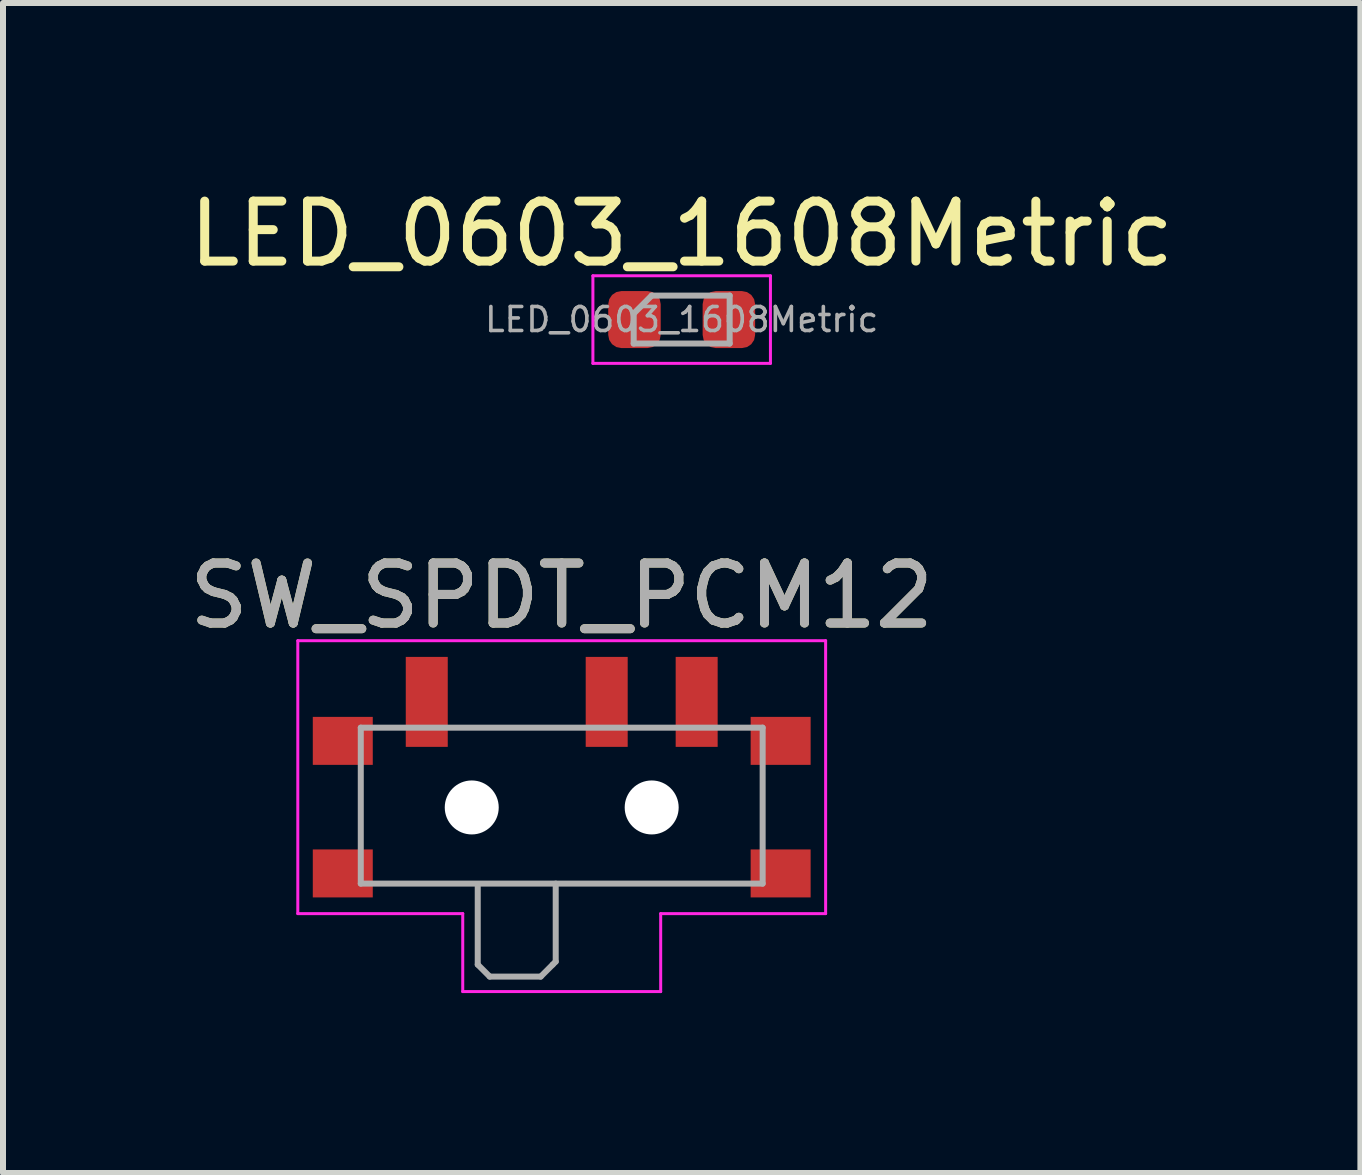
<source format=kicad_pcb>
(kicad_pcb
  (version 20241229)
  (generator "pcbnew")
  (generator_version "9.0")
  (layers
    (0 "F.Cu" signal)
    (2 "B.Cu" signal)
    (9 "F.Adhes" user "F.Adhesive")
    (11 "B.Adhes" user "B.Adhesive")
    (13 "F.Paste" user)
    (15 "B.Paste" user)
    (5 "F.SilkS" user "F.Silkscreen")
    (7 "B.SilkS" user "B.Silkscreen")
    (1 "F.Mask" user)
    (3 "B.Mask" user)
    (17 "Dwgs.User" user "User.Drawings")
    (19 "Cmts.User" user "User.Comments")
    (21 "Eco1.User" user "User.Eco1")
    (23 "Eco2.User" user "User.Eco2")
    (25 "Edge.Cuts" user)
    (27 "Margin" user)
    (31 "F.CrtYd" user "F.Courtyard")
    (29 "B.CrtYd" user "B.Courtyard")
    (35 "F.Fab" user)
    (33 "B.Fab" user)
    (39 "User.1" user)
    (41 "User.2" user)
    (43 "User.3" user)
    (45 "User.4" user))
  (footprint "LED_0603_1608Metric"
    (layer "F.Cu")
    (at 8.315 2.278)
    (property "Reference" "LED_0603_1608Metric" (at 0 -1.43 0) (layer "F.SilkS") (effects (font (size 1 1) (thickness 0.15))))
    (attr smd)
    (fp_line (start -1.48 -0.73) (end 1.48 -0.73) (stroke (width 0.05) (type solid)) (layer "F.CrtYd"))
    (fp_line (start -1.48 0.73) (end -1.48 -0.73) (stroke (width 0.05) (type solid)) (layer "F.CrtYd"))
    (fp_line (start 1.48 -0.73) (end 1.48 0.73) (stroke (width 0.05) (type solid)) (layer "F.CrtYd"))
    (fp_line (start 1.48 0.73) (end -1.48 0.73) (stroke (width 0.05) (type solid)) (layer "F.CrtYd"))
    (fp_line (start -0.8 -0.1) (end -0.8 0.4) (stroke (width 0.1) (type solid)) (layer "F.Fab"))
    (fp_line (start -0.8 0.4) (end 0.8 0.4) (stroke (width 0.1) (type solid)) (layer "F.Fab"))
    (fp_line (start -0.5 -0.4) (end -0.8 -0.1) (stroke (width 0.1) (type solid)) (layer "F.Fab"))
    (fp_line (start 0.8 -0.4) (end -0.5 -0.4) (stroke (width 0.1) (type solid)) (layer "F.Fab"))
    (fp_line (start 0.8 0.4) (end 0.8 -0.4) (stroke (width 0.1) (type solid)) (layer "F.Fab"))
    (fp_text user "${REFERENCE}" (at 0 0 0) (layer "F.Fab") (effects (font (size 0.4 0.4) (thickness 0.06))))
    (pad "1" smd roundrect (at -0.787 0) (size 0.875 0.95) (layers "F.Cu" "F.Mask" "F.Paste") (roundrect_rratio 0.25))
    (pad "2" smd roundrect (at 0.787 0) (size 0.875 0.95) (layers "F.Cu" "F.Mask" "F.Paste") (roundrect_rratio 0.25)))
  (footprint "SW_SPDT_PCM12"
    (layer "F.Cu")
    (at 6.315 10.082)
    (property "Reference" "SW_SPDT_PCM12" (at 0 -3.2 0) (layer "F.SilkS") (effects (font (size 1 1) (thickness 0.15))))
    (attr smd)
    (fp_line (start -4.4 -2.45) (end 4.4 -2.45) (stroke (width 0.05) (type solid)) (layer "F.CrtYd"))
    (fp_line (start -4.4 2.1) (end -4.4 -2.45) (stroke (width 0.05) (type solid)) (layer "F.CrtYd"))
    (fp_line (start -1.65 2.1) (end -4.4 2.1) (stroke (width 0.05) (type solid)) (layer "F.CrtYd"))
    (fp_line (start -1.65 3.4) (end -1.65 2.1) (stroke (width 0.05) (type solid)) (layer "F.CrtYd"))
    (fp_line (start 1.65 2.1) (end 1.65 3.4) (stroke (width 0.05) (type solid)) (layer "F.CrtYd"))
    (fp_line (start 1.65 3.4) (end -1.65 3.4) (stroke (width 0.05) (type solid)) (layer "F.CrtYd"))
    (fp_line (start 4.4 -2.45) (end 4.4 2.1) (stroke (width 0.05) (type solid)) (layer "F.CrtYd"))
    (fp_line (start 4.4 2.1) (end 1.65 2.1) (stroke (width 0.05) (type solid)) (layer "F.CrtYd"))
    (fp_line (start -3.35 -1) (end -3.35 1.6) (stroke (width 0.1) (type solid)) (layer "F.Fab"))
    (fp_line (start -3.35 1.6) (end 3.35 1.6) (stroke (width 0.1) (type solid)) (layer "F.Fab"))
    (fp_line (start -1.4 1.65) (end -1.4 2.95) (stroke (width 0.1) (type solid)) (layer "F.Fab"))
    (fp_line (start -1.4 2.95) (end -1.2 3.15) (stroke (width 0.1) (type solid)) (layer "F.Fab"))
    (fp_line (start -1.2 3.15) (end -0.35 3.15) (stroke (width 0.1) (type solid)) (layer "F.Fab"))
    (fp_line (start -0.35 3.15) (end -0.15 2.95) (stroke (width 0.1) (type solid)) (layer "F.Fab"))
    (fp_line (start -0.15 2.95) (end -0.1 2.9) (stroke (width 0.1) (type solid)) (layer "F.Fab"))
    (fp_line (start -0.1 2.9) (end -0.1 1.6) (stroke (width 0.1) (type solid)) (layer "F.Fab"))
    (fp_line (start 3.35 -1) (end -3.35 -1) (stroke (width 0.1) (type solid)) (layer "F.Fab"))
    (fp_line (start 3.35 1.6) (end 3.35 -1) (stroke (width 0.1) (type solid)) (layer "F.Fab"))
    (fp_text user "${REFERENCE}" (at 0 -3.2 0) (layer "F.Fab") (effects (font (size 1 1) (thickness 0.15))))
    (pad "" smd rect (at -3.65 -0.78) (size 1 0.8) (layers "F.Cu" "F.Mask" "F.Paste"))
    (pad "" smd rect (at -3.65 1.43) (size 1 0.8) (layers "F.Cu" "F.Mask" "F.Paste"))
    (pad "" np_thru_hole circle (at -1.5 0.33) (size 0.9 0.9) (drill 0.9) (layers "*.Cu" "*.Mask"))
    (pad "" np_thru_hole circle (at 1.5 0.33) (size 0.9 0.9) (drill 0.9) (layers "*.Cu" "*.Mask"))
    (pad "" smd rect (at 3.65 -0.78) (size 1 0.8) (layers "F.Cu" "F.Mask" "F.Paste"))
    (pad "" smd rect (at 3.65 1.43) (size 1 0.8) (layers "F.Cu" "F.Mask" "F.Paste"))
    (pad "1" smd rect (at -2.25 -1.43) (size 0.7 1.5) (layers "F.Cu" "F.Mask" "F.Paste"))
    (pad "2" smd rect (at 0.75 -1.43) (size 0.7 1.5) (layers "F.Cu" "F.Mask" "F.Paste"))
    (pad "3" smd rect (at 2.25 -1.43) (size 0.7 1.5) (layers "F.Cu" "F.Mask" "F.Paste")))
  (gr_rect
    (start -3 -3)
    (end 19.631 16.506)
    (stroke (width 0.1) (type default))
    (fill no)
    (layer "Edge.Cuts")))
</source>
